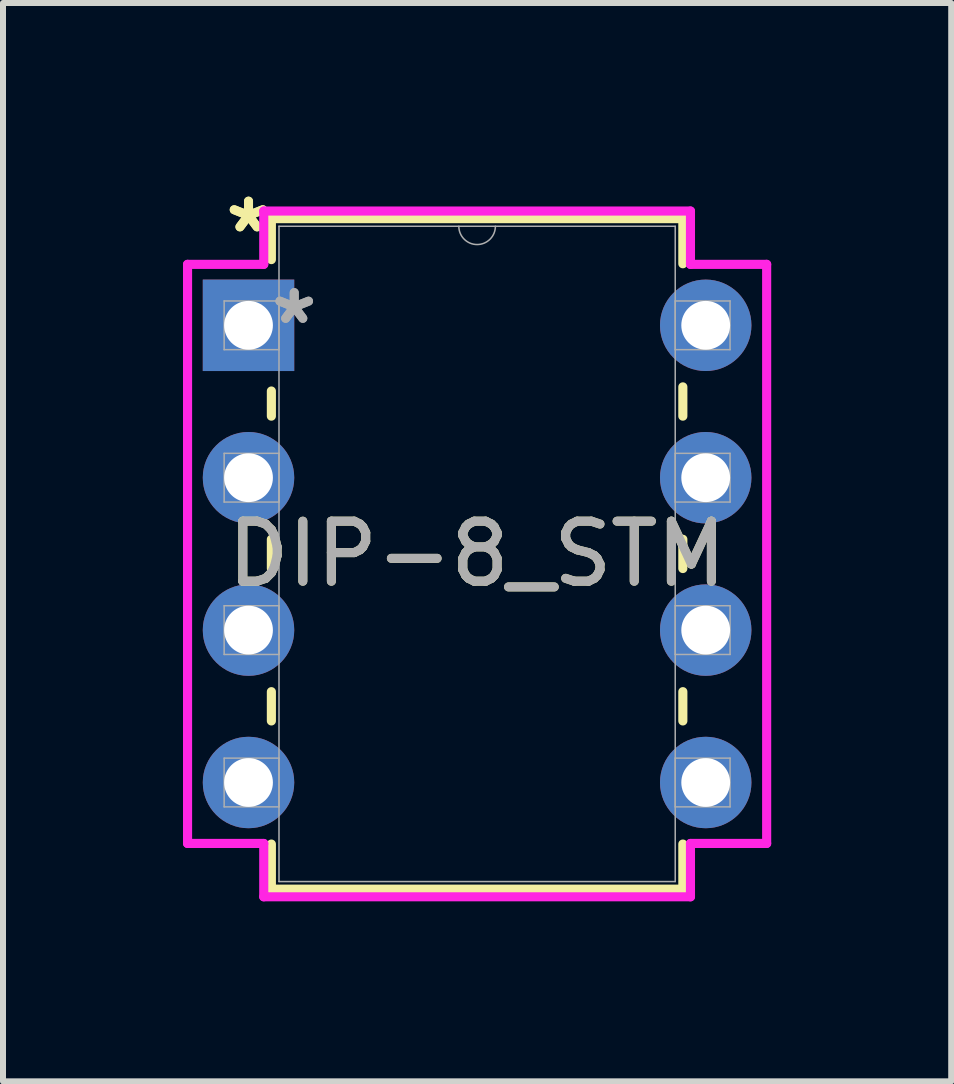
<source format=kicad_pcb>
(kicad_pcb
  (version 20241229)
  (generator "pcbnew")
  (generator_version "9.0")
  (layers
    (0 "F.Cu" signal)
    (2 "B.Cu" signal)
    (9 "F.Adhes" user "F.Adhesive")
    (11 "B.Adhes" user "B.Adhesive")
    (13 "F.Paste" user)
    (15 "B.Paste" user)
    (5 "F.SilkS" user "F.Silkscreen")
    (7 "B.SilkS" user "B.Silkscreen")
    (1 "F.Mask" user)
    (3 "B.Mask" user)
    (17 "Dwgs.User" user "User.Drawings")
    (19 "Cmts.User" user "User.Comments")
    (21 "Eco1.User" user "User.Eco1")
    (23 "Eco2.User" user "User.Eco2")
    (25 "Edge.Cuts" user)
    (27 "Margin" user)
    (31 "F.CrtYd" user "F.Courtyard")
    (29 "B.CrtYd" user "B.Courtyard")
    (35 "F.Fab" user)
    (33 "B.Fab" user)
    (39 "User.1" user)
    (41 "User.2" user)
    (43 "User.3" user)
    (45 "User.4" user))
  (footprint "DIP-8_STM"
    (layer "F.Cu")
    (at 1.092 2.372)
    (property "Reference" "DIP-8_STM" (at 3.81 3.81 0) (unlocked yes) (layer "F.SilkS") (effects (font (size 1 1) (thickness 0.15))))
    (attr through_hole)
    (fp_line (start 0.381 -1.778) (end 0.381 -1.095) (stroke (width 0.152) (type solid)) (layer "F.SilkS"))
    (fp_line (start 0.381 1.095) (end 0.381 1.514) (stroke (width 0.152) (type solid)) (layer "F.SilkS"))
    (fp_line (start 0.381 3.566) (end 0.381 4.054) (stroke (width 0.152) (type solid)) (layer "F.SilkS"))
    (fp_line (start 0.381 6.106) (end 0.381 6.594) (stroke (width 0.152) (type solid)) (layer "F.SilkS"))
    (fp_line (start 0.381 8.646) (end 0.381 9.398) (stroke (width 0.152) (type solid)) (layer "F.SilkS"))
    (fp_line (start 0.381 9.398) (end 7.239 9.398) (stroke (width 0.152) (type solid)) (layer "F.SilkS"))
    (fp_line (start 7.239 -1.778) (end 0.381 -1.778) (stroke (width 0.152) (type solid)) (layer "F.SilkS"))
    (fp_line (start 7.239 -1.026) (end 7.239 -1.778) (stroke (width 0.152) (type solid)) (layer "F.SilkS"))
    (fp_line (start 7.239 1.514) (end 7.239 1.026) (stroke (width 0.152) (type solid)) (layer "F.SilkS"))
    (fp_line (start 7.239 4.054) (end 7.239 3.566) (stroke (width 0.152) (type solid)) (layer "F.SilkS"))
    (fp_line (start 7.239 6.594) (end 7.239 6.106) (stroke (width 0.152) (type solid)) (layer "F.SilkS"))
    (fp_line (start 7.239 9.398) (end 7.239 8.646) (stroke (width 0.152) (type solid)) (layer "F.SilkS"))
    (fp_line (start -1.016 -1.016) (end 0.254 -1.016) (stroke (width 0.152) (type solid)) (layer "F.CrtYd"))
    (fp_line (start -1.016 8.636) (end -1.016 -1.016) (stroke (width 0.152) (type solid)) (layer "F.CrtYd"))
    (fp_line (start 0.254 -1.905) (end 7.366 -1.905) (stroke (width 0.152) (type solid)) (layer "F.CrtYd"))
    (fp_line (start 0.254 -1.016) (end 0.254 -1.905) (stroke (width 0.152) (type solid)) (layer "F.CrtYd"))
    (fp_line (start 0.254 8.636) (end -1.016 8.636) (stroke (width 0.152) (type solid)) (layer "F.CrtYd"))
    (fp_line (start 0.254 9.525) (end 0.254 8.636) (stroke (width 0.152) (type solid)) (layer "F.CrtYd"))
    (fp_line (start 7.366 -1.905) (end 7.366 -1.016) (stroke (width 0.152) (type solid)) (layer "F.CrtYd"))
    (fp_line (start 7.366 8.636) (end 7.366 9.525) (stroke (width 0.152) (type solid)) (layer "F.CrtYd"))
    (fp_line (start 7.366 9.525) (end 0.254 9.525) (stroke (width 0.152) (type solid)) (layer "F.CrtYd"))
    (fp_line (start 8.636 -1.016) (end 7.366 -1.016) (stroke (width 0.152) (type solid)) (layer "F.CrtYd"))
    (fp_line (start 8.636 -1.016) (end 8.636 8.636) (stroke (width 0.152) (type solid)) (layer "F.CrtYd"))
    (fp_line (start 8.636 8.636) (end 7.366 8.636) (stroke (width 0.152) (type solid)) (layer "F.CrtYd"))
    (fp_line (start -0.406 -0.406) (end -0.406 0.406) (stroke (width 0.025) (type solid)) (layer "F.Fab"))
    (fp_line (start -0.406 0.406) (end 0.508 0.406) (stroke (width 0.025) (type solid)) (layer "F.Fab"))
    (fp_line (start -0.406 2.134) (end -0.406 2.946) (stroke (width 0.025) (type solid)) (layer "F.Fab"))
    (fp_line (start -0.406 2.946) (end 0.508 2.946) (stroke (width 0.025) (type solid)) (layer "F.Fab"))
    (fp_line (start -0.406 4.674) (end -0.406 5.486) (stroke (width 0.025) (type solid)) (layer "F.Fab"))
    (fp_line (start -0.406 5.486) (end 0.508 5.486) (stroke (width 0.025) (type solid)) (layer "F.Fab"))
    (fp_line (start -0.406 7.214) (end -0.406 8.026) (stroke (width 0.025) (type solid)) (layer "F.Fab"))
    (fp_line (start -0.406 8.026) (end 0.508 8.026) (stroke (width 0.025) (type solid)) (layer "F.Fab"))
    (fp_line (start 0.508 -1.651) (end 0.508 9.271) (stroke (width 0.025) (type solid)) (layer "F.Fab"))
    (fp_line (start 0.508 -0.406) (end -0.406 -0.406) (stroke (width 0.025) (type solid)) (layer "F.Fab"))
    (fp_line (start 0.508 0.406) (end 0.508 -0.406) (stroke (width 0.025) (type solid)) (layer "F.Fab"))
    (fp_line (start 0.508 2.134) (end -0.406 2.134) (stroke (width 0.025) (type solid)) (layer "F.Fab"))
    (fp_line (start 0.508 2.946) (end 0.508 2.134) (stroke (width 0.025) (type solid)) (layer "F.Fab"))
    (fp_line (start 0.508 4.674) (end -0.406 4.674) (stroke (width 0.025) (type solid)) (layer "F.Fab"))
    (fp_line (start 0.508 5.486) (end 0.508 4.674) (stroke (width 0.025) (type solid)) (layer "F.Fab"))
    (fp_line (start 0.508 7.214) (end -0.406 7.214) (stroke (width 0.025) (type solid)) (layer "F.Fab"))
    (fp_line (start 0.508 8.026) (end 0.508 7.214) (stroke (width 0.025) (type solid)) (layer "F.Fab"))
    (fp_line (start 0.508 9.271) (end 7.112 9.271) (stroke (width 0.025) (type solid)) (layer "F.Fab"))
    (fp_line (start 7.112 -1.651) (end 0.508 -1.651) (stroke (width 0.025) (type solid)) (layer "F.Fab"))
    (fp_line (start 7.112 -0.406) (end 7.112 0.406) (stroke (width 0.025) (type solid)) (layer "F.Fab"))
    (fp_line (start 7.112 0.406) (end 8.026 0.406) (stroke (width 0.025) (type solid)) (layer "F.Fab"))
    (fp_line (start 7.112 2.134) (end 7.112 2.946) (stroke (width 0.025) (type solid)) (layer "F.Fab"))
    (fp_line (start 7.112 2.946) (end 8.026 2.946) (stroke (width 0.025) (type solid)) (layer "F.Fab"))
    (fp_line (start 7.112 4.674) (end 7.112 5.486) (stroke (width 0.025) (type solid)) (layer "F.Fab"))
    (fp_line (start 7.112 5.486) (end 8.026 5.486) (stroke (width 0.025) (type solid)) (layer "F.Fab"))
    (fp_line (start 7.112 7.214) (end 7.112 8.026) (stroke (width 0.025) (type solid)) (layer "F.Fab"))
    (fp_line (start 7.112 8.026) (end 8.026 8.026) (stroke (width 0.025) (type solid)) (layer "F.Fab"))
    (fp_line (start 7.112 9.271) (end 7.112 -1.651) (stroke (width 0.025) (type solid)) (layer "F.Fab"))
    (fp_line (start 8.026 -0.406) (end 7.112 -0.406) (stroke (width 0.025) (type solid)) (layer "F.Fab"))
    (fp_line (start 8.026 0.406) (end 8.026 -0.406) (stroke (width 0.025) (type solid)) (layer "F.Fab"))
    (fp_line (start 8.026 2.134) (end 7.112 2.134) (stroke (width 0.025) (type solid)) (layer "F.Fab"))
    (fp_line (start 8.026 2.946) (end 8.026 2.134) (stroke (width 0.025) (type solid)) (layer "F.Fab"))
    (fp_line (start 8.026 4.674) (end 7.112 4.674) (stroke (width 0.025) (type solid)) (layer "F.Fab"))
    (fp_line (start 8.026 5.486) (end 8.026 4.674) (stroke (width 0.025) (type solid)) (layer "F.Fab"))
    (fp_line (start 8.026 7.214) (end 7.112 7.214) (stroke (width 0.025) (type solid)) (layer "F.Fab"))
    (fp_line (start 8.026 8.026) (end 8.026 7.214) (stroke (width 0.025) (type solid)) (layer "F.Fab"))
    (fp_arc (start 4.1148 -1.651) (mid 3.81 -1.3462) (end 3.5052 -1.651) (stroke (width 0.0254) (type solid)) (layer "F.Fab"))
    (fp_text user "*" (at 0 -1.524 0) (unlocked yes) (layer "F.SilkS") (effects (font (size 1 1) (thickness 0.15))))
    (fp_text user "*" (at 0 -1.524 0) (layer "F.SilkS") (effects (font (size 1 1) (thickness 0.15))))
    (fp_text user "${REFERENCE}" (at 3.81 3.81 0) (unlocked yes) (layer "F.Fab") (effects (font (size 1 1) (thickness 0.15))))
    (fp_text user "*" (at 0.762 0 0) (layer "F.Fab") (effects (font (size 1 1) (thickness 0.15))))
    (fp_text user "*" (at 0.762 0 0) (unlocked yes) (layer "F.Fab") (effects (font (size 1 1) (thickness 0.15))))
    (pad "1" thru_hole rect (at 0 0) (size 1.524 1.524) (drill 0.813) (layers "*.Cu" "*.Mask"))
    (pad "2" thru_hole circle (at 0 2.54) (size 1.524 1.524) (drill 0.813) (layers "*.Cu" "*.Mask"))
    (pad "3" thru_hole circle (at 0 5.08) (size 1.524 1.524) (drill 0.813) (layers "*.Cu" "*.Mask"))
    (pad "4" thru_hole circle (at 0 7.62) (size 1.524 1.524) (drill 0.813) (layers "*.Cu" "*.Mask"))
    (pad "5" thru_hole circle (at 7.62 7.62) (size 1.524 1.524) (drill 0.813) (layers "*.Cu" "*.Mask"))
    (pad "6" thru_hole circle (at 7.62 5.08) (size 1.524 1.524) (drill 0.813) (layers "*.Cu" "*.Mask"))
    (pad "7" thru_hole circle (at 7.62 2.54) (size 1.524 1.524) (drill 0.813) (layers "*.Cu" "*.Mask"))
    (pad "8" thru_hole circle (at 7.62 0) (size 1.524 1.524) (drill 0.813) (layers "*.Cu" "*.Mask")))
  (gr_rect
    (start -3 -3)
    (end 12.804 14.973)
    (stroke (width 0.1) (type default))
    (fill no)
    (layer "Edge.Cuts")))
</source>
